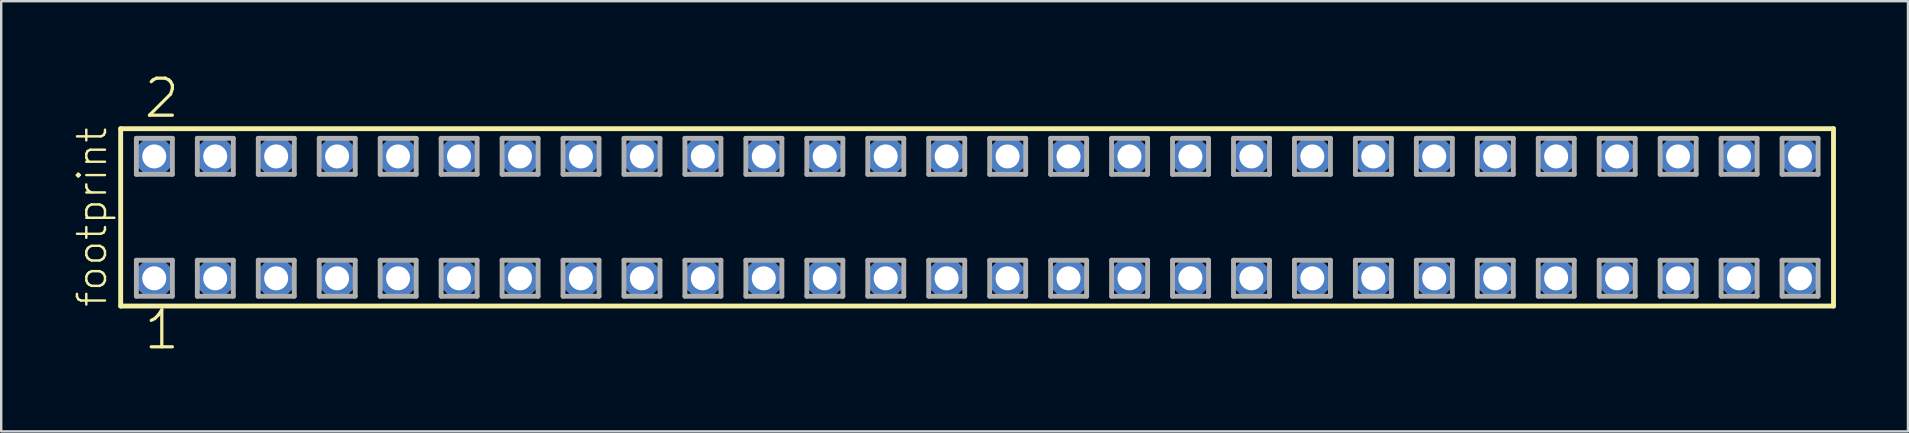
<source format=kicad_pcb>
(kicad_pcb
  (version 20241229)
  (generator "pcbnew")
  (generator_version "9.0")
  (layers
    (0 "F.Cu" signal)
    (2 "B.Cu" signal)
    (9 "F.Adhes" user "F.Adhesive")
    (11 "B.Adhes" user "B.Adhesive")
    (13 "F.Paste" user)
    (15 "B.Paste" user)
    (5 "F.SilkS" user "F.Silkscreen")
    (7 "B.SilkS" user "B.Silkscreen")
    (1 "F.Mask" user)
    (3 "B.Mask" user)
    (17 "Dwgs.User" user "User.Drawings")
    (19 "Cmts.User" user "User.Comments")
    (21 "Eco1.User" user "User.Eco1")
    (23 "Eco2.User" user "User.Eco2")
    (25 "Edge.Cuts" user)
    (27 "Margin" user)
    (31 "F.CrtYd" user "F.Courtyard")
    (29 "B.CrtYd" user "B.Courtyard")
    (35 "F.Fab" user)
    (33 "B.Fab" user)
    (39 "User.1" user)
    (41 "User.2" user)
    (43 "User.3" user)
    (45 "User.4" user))
  (footprint "footprint"
    (layer "F.Cu")
    (at 37.668 6.009)
    (property "Reference" "footprint" (at -36.195 3.81 90) (layer "F.SilkS") (effects (font (size 1.168 1.168) (thickness 0.102)) (justify left bottom)))
    (fp_line (start -35.689 -3.695) (end 35.689 -3.695) (stroke (width 0.203) (type solid)) (layer "F.SilkS"))
    (fp_line (start -35.689 3.695) (end -35.689 -3.695) (stroke (width 0.203) (type solid)) (layer "F.SilkS"))
    (fp_line (start 35.689 -3.695) (end 35.689 3.695) (stroke (width 0.203) (type solid)) (layer "F.SilkS"))
    (fp_line (start 35.689 3.695) (end -35.689 3.695) (stroke (width 0.203) (type solid)) (layer "F.SilkS"))
    (fp_line (start -35.035 -3.295) (end -33.535 -3.295) (stroke (width 0.203) (type solid)) (layer "F.Fab"))
    (fp_line (start -35.035 -1.795) (end -35.035 -3.295) (stroke (width 0.203) (type solid)) (layer "F.Fab"))
    (fp_line (start -35.035 1.785) (end -33.535 1.785) (stroke (width 0.203) (type solid)) (layer "F.Fab"))
    (fp_line (start -35.035 3.285) (end -35.035 1.785) (stroke (width 0.203) (type solid)) (layer "F.Fab"))
    (fp_line (start -33.535 -3.295) (end -33.535 -1.795) (stroke (width 0.203) (type solid)) (layer "F.Fab"))
    (fp_line (start -33.535 -1.795) (end -35.035 -1.795) (stroke (width 0.203) (type solid)) (layer "F.Fab"))
    (fp_line (start -33.535 1.785) (end -33.535 3.285) (stroke (width 0.203) (type solid)) (layer "F.Fab"))
    (fp_line (start -33.535 3.285) (end -35.035 3.285) (stroke (width 0.203) (type solid)) (layer "F.Fab"))
    (fp_line (start -32.495 -3.295) (end -30.995 -3.295) (stroke (width 0.203) (type solid)) (layer "F.Fab"))
    (fp_line (start -32.495 -1.795) (end -32.495 -3.295) (stroke (width 0.203) (type solid)) (layer "F.Fab"))
    (fp_line (start -32.495 1.785) (end -30.995 1.785) (stroke (width 0.203) (type solid)) (layer "F.Fab"))
    (fp_line (start -32.495 3.285) (end -32.495 1.785) (stroke (width 0.203) (type solid)) (layer "F.Fab"))
    (fp_line (start -30.995 -3.295) (end -30.995 -1.795) (stroke (width 0.203) (type solid)) (layer "F.Fab"))
    (fp_line (start -30.995 -1.795) (end -32.495 -1.795) (stroke (width 0.203) (type solid)) (layer "F.Fab"))
    (fp_line (start -30.995 1.785) (end -30.995 3.285) (stroke (width 0.203) (type solid)) (layer "F.Fab"))
    (fp_line (start -30.995 3.285) (end -32.495 3.285) (stroke (width 0.203) (type solid)) (layer "F.Fab"))
    (fp_line (start -29.955 -3.295) (end -28.455 -3.295) (stroke (width 0.203) (type solid)) (layer "F.Fab"))
    (fp_line (start -29.955 -1.795) (end -29.955 -3.295) (stroke (width 0.203) (type solid)) (layer "F.Fab"))
    (fp_line (start -29.955 1.785) (end -28.455 1.785) (stroke (width 0.203) (type solid)) (layer "F.Fab"))
    (fp_line (start -29.955 3.285) (end -29.955 1.785) (stroke (width 0.203) (type solid)) (layer "F.Fab"))
    (fp_line (start -28.455 -3.295) (end -28.455 -1.795) (stroke (width 0.203) (type solid)) (layer "F.Fab"))
    (fp_line (start -28.455 -1.795) (end -29.955 -1.795) (stroke (width 0.203) (type solid)) (layer "F.Fab"))
    (fp_line (start -28.455 1.785) (end -28.455 3.285) (stroke (width 0.203) (type solid)) (layer "F.Fab"))
    (fp_line (start -28.455 3.285) (end -29.955 3.285) (stroke (width 0.203) (type solid)) (layer "F.Fab"))
    (fp_line (start -27.415 -3.295) (end -25.915 -3.295) (stroke (width 0.203) (type solid)) (layer "F.Fab"))
    (fp_line (start -27.415 -1.795) (end -27.415 -3.295) (stroke (width 0.203) (type solid)) (layer "F.Fab"))
    (fp_line (start -27.415 1.785) (end -25.915 1.785) (stroke (width 0.203) (type solid)) (layer "F.Fab"))
    (fp_line (start -27.415 3.285) (end -27.415 1.785) (stroke (width 0.203) (type solid)) (layer "F.Fab"))
    (fp_line (start -25.915 -3.295) (end -25.915 -1.795) (stroke (width 0.203) (type solid)) (layer "F.Fab"))
    (fp_line (start -25.915 -1.795) (end -27.415 -1.795) (stroke (width 0.203) (type solid)) (layer "F.Fab"))
    (fp_line (start -25.915 1.785) (end -25.915 3.285) (stroke (width 0.203) (type solid)) (layer "F.Fab"))
    (fp_line (start -25.915 3.285) (end -27.415 3.285) (stroke (width 0.203) (type solid)) (layer "F.Fab"))
    (fp_line (start -24.875 -3.295) (end -23.375 -3.295) (stroke (width 0.203) (type solid)) (layer "F.Fab"))
    (fp_line (start -24.875 -1.795) (end -24.875 -3.295) (stroke (width 0.203) (type solid)) (layer "F.Fab"))
    (fp_line (start -24.875 1.785) (end -23.375 1.785) (stroke (width 0.203) (type solid)) (layer "F.Fab"))
    (fp_line (start -24.875 3.285) (end -24.875 1.785) (stroke (width 0.203) (type solid)) (layer "F.Fab"))
    (fp_line (start -23.375 -3.295) (end -23.375 -1.795) (stroke (width 0.203) (type solid)) (layer "F.Fab"))
    (fp_line (start -23.375 -1.795) (end -24.875 -1.795) (stroke (width 0.203) (type solid)) (layer "F.Fab"))
    (fp_line (start -23.375 1.785) (end -23.375 3.285) (stroke (width 0.203) (type solid)) (layer "F.Fab"))
    (fp_line (start -23.375 3.285) (end -24.875 3.285) (stroke (width 0.203) (type solid)) (layer "F.Fab"))
    (fp_line (start -22.335 -3.295) (end -20.835 -3.295) (stroke (width 0.203) (type solid)) (layer "F.Fab"))
    (fp_line (start -22.335 -1.795) (end -22.335 -3.295) (stroke (width 0.203) (type solid)) (layer "F.Fab"))
    (fp_line (start -22.335 1.785) (end -20.835 1.785) (stroke (width 0.203) (type solid)) (layer "F.Fab"))
    (fp_line (start -22.335 3.285) (end -22.335 1.785) (stroke (width 0.203) (type solid)) (layer "F.Fab"))
    (fp_line (start -20.835 -3.295) (end -20.835 -1.795) (stroke (width 0.203) (type solid)) (layer "F.Fab"))
    (fp_line (start -20.835 -1.795) (end -22.335 -1.795) (stroke (width 0.203) (type solid)) (layer "F.Fab"))
    (fp_line (start -20.835 1.785) (end -20.835 3.285) (stroke (width 0.203) (type solid)) (layer "F.Fab"))
    (fp_line (start -20.835 3.285) (end -22.335 3.285) (stroke (width 0.203) (type solid)) (layer "F.Fab"))
    (fp_line (start -19.795 -3.295) (end -18.295 -3.295) (stroke (width 0.203) (type solid)) (layer "F.Fab"))
    (fp_line (start -19.795 -1.795) (end -19.795 -3.295) (stroke (width 0.203) (type solid)) (layer "F.Fab"))
    (fp_line (start -19.795 1.785) (end -18.295 1.785) (stroke (width 0.203) (type solid)) (layer "F.Fab"))
    (fp_line (start -19.795 3.285) (end -19.795 1.785) (stroke (width 0.203) (type solid)) (layer "F.Fab"))
    (fp_line (start -18.295 -3.295) (end -18.295 -1.795) (stroke (width 0.203) (type solid)) (layer "F.Fab"))
    (fp_line (start -18.295 -1.795) (end -19.795 -1.795) (stroke (width 0.203) (type solid)) (layer "F.Fab"))
    (fp_line (start -18.295 1.785) (end -18.295 3.285) (stroke (width 0.203) (type solid)) (layer "F.Fab"))
    (fp_line (start -18.295 3.285) (end -19.795 3.285) (stroke (width 0.203) (type solid)) (layer "F.Fab"))
    (fp_line (start -17.255 -3.295) (end -15.755 -3.295) (stroke (width 0.203) (type solid)) (layer "F.Fab"))
    (fp_line (start -17.255 -1.795) (end -17.255 -3.295) (stroke (width 0.203) (type solid)) (layer "F.Fab"))
    (fp_line (start -17.255 1.785) (end -15.755 1.785) (stroke (width 0.203) (type solid)) (layer "F.Fab"))
    (fp_line (start -17.255 3.285) (end -17.255 1.785) (stroke (width 0.203) (type solid)) (layer "F.Fab"))
    (fp_line (start -15.755 -3.295) (end -15.755 -1.795) (stroke (width 0.203) (type solid)) (layer "F.Fab"))
    (fp_line (start -15.755 -1.795) (end -17.255 -1.795) (stroke (width 0.203) (type solid)) (layer "F.Fab"))
    (fp_line (start -15.755 1.785) (end -15.755 3.285) (stroke (width 0.203) (type solid)) (layer "F.Fab"))
    (fp_line (start -15.755 3.285) (end -17.255 3.285) (stroke (width 0.203) (type solid)) (layer "F.Fab"))
    (fp_line (start -14.715 -3.295) (end -13.215 -3.295) (stroke (width 0.203) (type solid)) (layer "F.Fab"))
    (fp_line (start -14.715 -1.795) (end -14.715 -3.295) (stroke (width 0.203) (type solid)) (layer "F.Fab"))
    (fp_line (start -14.715 1.785) (end -13.215 1.785) (stroke (width 0.203) (type solid)) (layer "F.Fab"))
    (fp_line (start -14.715 3.285) (end -14.715 1.785) (stroke (width 0.203) (type solid)) (layer "F.Fab"))
    (fp_line (start -13.215 -3.295) (end -13.215 -1.795) (stroke (width 0.203) (type solid)) (layer "F.Fab"))
    (fp_line (start -13.215 -1.795) (end -14.715 -1.795) (stroke (width 0.203) (type solid)) (layer "F.Fab"))
    (fp_line (start -13.215 1.785) (end -13.215 3.285) (stroke (width 0.203) (type solid)) (layer "F.Fab"))
    (fp_line (start -13.215 3.285) (end -14.715 3.285) (stroke (width 0.203) (type solid)) (layer "F.Fab"))
    (fp_line (start -12.175 -3.295) (end -10.675 -3.295) (stroke (width 0.203) (type solid)) (layer "F.Fab"))
    (fp_line (start -12.175 -1.795) (end -12.175 -3.295) (stroke (width 0.203) (type solid)) (layer "F.Fab"))
    (fp_line (start -12.175 1.785) (end -10.675 1.785) (stroke (width 0.203) (type solid)) (layer "F.Fab"))
    (fp_line (start -12.175 3.285) (end -12.175 1.785) (stroke (width 0.203) (type solid)) (layer "F.Fab"))
    (fp_line (start -10.675 -3.295) (end -10.675 -1.795) (stroke (width 0.203) (type solid)) (layer "F.Fab"))
    (fp_line (start -10.675 -1.795) (end -12.175 -1.795) (stroke (width 0.203) (type solid)) (layer "F.Fab"))
    (fp_line (start -10.675 1.785) (end -10.675 3.285) (stroke (width 0.203) (type solid)) (layer "F.Fab"))
    (fp_line (start -10.675 3.285) (end -12.175 3.285) (stroke (width 0.203) (type solid)) (layer "F.Fab"))
    (fp_line (start -9.635 -3.295) (end -8.135 -3.295) (stroke (width 0.203) (type solid)) (layer "F.Fab"))
    (fp_line (start -9.635 -1.795) (end -9.635 -3.295) (stroke (width 0.203) (type solid)) (layer "F.Fab"))
    (fp_line (start -9.635 1.785) (end -8.135 1.785) (stroke (width 0.203) (type solid)) (layer "F.Fab"))
    (fp_line (start -9.635 3.285) (end -9.635 1.785) (stroke (width 0.203) (type solid)) (layer "F.Fab"))
    (fp_line (start -8.135 -3.295) (end -8.135 -1.795) (stroke (width 0.203) (type solid)) (layer "F.Fab"))
    (fp_line (start -8.135 -1.795) (end -9.635 -1.795) (stroke (width 0.203) (type solid)) (layer "F.Fab"))
    (fp_line (start -8.135 1.785) (end -8.135 3.285) (stroke (width 0.203) (type solid)) (layer "F.Fab"))
    (fp_line (start -8.135 3.285) (end -9.635 3.285) (stroke (width 0.203) (type solid)) (layer "F.Fab"))
    (fp_line (start -7.095 -3.295) (end -5.595 -3.295) (stroke (width 0.203) (type solid)) (layer "F.Fab"))
    (fp_line (start -7.095 -1.795) (end -7.095 -3.295) (stroke (width 0.203) (type solid)) (layer "F.Fab"))
    (fp_line (start -7.095 1.785) (end -5.595 1.785) (stroke (width 0.203) (type solid)) (layer "F.Fab"))
    (fp_line (start -7.095 3.285) (end -7.095 1.785) (stroke (width 0.203) (type solid)) (layer "F.Fab"))
    (fp_line (start -5.595 -3.295) (end -5.595 -1.795) (stroke (width 0.203) (type solid)) (layer "F.Fab"))
    (fp_line (start -5.595 -1.795) (end -7.095 -1.795) (stroke (width 0.203) (type solid)) (layer "F.Fab"))
    (fp_line (start -5.595 1.785) (end -5.595 3.285) (stroke (width 0.203) (type solid)) (layer "F.Fab"))
    (fp_line (start -5.595 3.285) (end -7.095 3.285) (stroke (width 0.203) (type solid)) (layer "F.Fab"))
    (fp_line (start -4.555 -3.295) (end -3.055 -3.295) (stroke (width 0.203) (type solid)) (layer "F.Fab"))
    (fp_line (start -4.555 -1.795) (end -4.555 -3.295) (stroke (width 0.203) (type solid)) (layer "F.Fab"))
    (fp_line (start -4.555 1.785) (end -3.055 1.785) (stroke (width 0.203) (type solid)) (layer "F.Fab"))
    (fp_line (start -4.555 3.285) (end -4.555 1.785) (stroke (width 0.203) (type solid)) (layer "F.Fab"))
    (fp_line (start -3.055 -3.295) (end -3.055 -1.795) (stroke (width 0.203) (type solid)) (layer "F.Fab"))
    (fp_line (start -3.055 -1.795) (end -4.555 -1.795) (stroke (width 0.203) (type solid)) (layer "F.Fab"))
    (fp_line (start -3.055 1.785) (end -3.055 3.285) (stroke (width 0.203) (type solid)) (layer "F.Fab"))
    (fp_line (start -3.055 3.285) (end -4.555 3.285) (stroke (width 0.203) (type solid)) (layer "F.Fab"))
    (fp_line (start -2.015 -3.295) (end -0.515 -3.295) (stroke (width 0.203) (type solid)) (layer "F.Fab"))
    (fp_line (start -2.015 -1.795) (end -2.015 -3.295) (stroke (width 0.203) (type solid)) (layer "F.Fab"))
    (fp_line (start -2.015 1.785) (end -0.515 1.785) (stroke (width 0.203) (type solid)) (layer "F.Fab"))
    (fp_line (start -2.015 3.285) (end -2.015 1.785) (stroke (width 0.203) (type solid)) (layer "F.Fab"))
    (fp_line (start -0.515 -3.295) (end -0.515 -1.795) (stroke (width 0.203) (type solid)) (layer "F.Fab"))
    (fp_line (start -0.515 -1.795) (end -2.015 -1.795) (stroke (width 0.203) (type solid)) (layer "F.Fab"))
    (fp_line (start -0.515 1.785) (end -0.515 3.285) (stroke (width 0.203) (type solid)) (layer "F.Fab"))
    (fp_line (start -0.515 3.285) (end -2.015 3.285) (stroke (width 0.203) (type solid)) (layer "F.Fab"))
    (fp_line (start 0.525 -3.295) (end 2.025 -3.295) (stroke (width 0.203) (type solid)) (layer "F.Fab"))
    (fp_line (start 0.525 -1.795) (end 0.525 -3.295) (stroke (width 0.203) (type solid)) (layer "F.Fab"))
    (fp_line (start 0.525 1.785) (end 2.025 1.785) (stroke (width 0.203) (type solid)) (layer "F.Fab"))
    (fp_line (start 0.525 3.285) (end 0.525 1.785) (stroke (width 0.203) (type solid)) (layer "F.Fab"))
    (fp_line (start 2.025 -3.295) (end 2.025 -1.795) (stroke (width 0.203) (type solid)) (layer "F.Fab"))
    (fp_line (start 2.025 -1.795) (end 0.525 -1.795) (stroke (width 0.203) (type solid)) (layer "F.Fab"))
    (fp_line (start 2.025 1.785) (end 2.025 3.285) (stroke (width 0.203) (type solid)) (layer "F.Fab"))
    (fp_line (start 2.025 3.285) (end 0.525 3.285) (stroke (width 0.203) (type solid)) (layer "F.Fab"))
    (fp_line (start 3.065 -3.295) (end 4.565 -3.295) (stroke (width 0.203) (type solid)) (layer "F.Fab"))
    (fp_line (start 3.065 -1.795) (end 3.065 -3.295) (stroke (width 0.203) (type solid)) (layer "F.Fab"))
    (fp_line (start 3.065 1.785) (end 4.565 1.785) (stroke (width 0.203) (type solid)) (layer "F.Fab"))
    (fp_line (start 3.065 3.285) (end 3.065 1.785) (stroke (width 0.203) (type solid)) (layer "F.Fab"))
    (fp_line (start 4.565 -3.295) (end 4.565 -1.795) (stroke (width 0.203) (type solid)) (layer "F.Fab"))
    (fp_line (start 4.565 -1.795) (end 3.065 -1.795) (stroke (width 0.203) (type solid)) (layer "F.Fab"))
    (fp_line (start 4.565 1.785) (end 4.565 3.285) (stroke (width 0.203) (type solid)) (layer "F.Fab"))
    (fp_line (start 4.565 3.285) (end 3.065 3.285) (stroke (width 0.203) (type solid)) (layer "F.Fab"))
    (fp_line (start 5.605 -3.295) (end 7.105 -3.295) (stroke (width 0.203) (type solid)) (layer "F.Fab"))
    (fp_line (start 5.605 -1.795) (end 5.605 -3.295) (stroke (width 0.203) (type solid)) (layer "F.Fab"))
    (fp_line (start 5.605 1.785) (end 7.105 1.785) (stroke (width 0.203) (type solid)) (layer "F.Fab"))
    (fp_line (start 5.605 3.285) (end 5.605 1.785) (stroke (width 0.203) (type solid)) (layer "F.Fab"))
    (fp_line (start 7.105 -3.295) (end 7.105 -1.795) (stroke (width 0.203) (type solid)) (layer "F.Fab"))
    (fp_line (start 7.105 -1.795) (end 5.605 -1.795) (stroke (width 0.203) (type solid)) (layer "F.Fab"))
    (fp_line (start 7.105 1.785) (end 7.105 3.285) (stroke (width 0.203) (type solid)) (layer "F.Fab"))
    (fp_line (start 7.105 3.285) (end 5.605 3.285) (stroke (width 0.203) (type solid)) (layer "F.Fab"))
    (fp_line (start 8.145 -3.295) (end 9.645 -3.295) (stroke (width 0.203) (type solid)) (layer "F.Fab"))
    (fp_line (start 8.145 -1.795) (end 8.145 -3.295) (stroke (width 0.203) (type solid)) (layer "F.Fab"))
    (fp_line (start 8.145 1.785) (end 9.645 1.785) (stroke (width 0.203) (type solid)) (layer "F.Fab"))
    (fp_line (start 8.145 3.285) (end 8.145 1.785) (stroke (width 0.203) (type solid)) (layer "F.Fab"))
    (fp_line (start 9.645 -3.295) (end 9.645 -1.795) (stroke (width 0.203) (type solid)) (layer "F.Fab"))
    (fp_line (start 9.645 -1.795) (end 8.145 -1.795) (stroke (width 0.203) (type solid)) (layer "F.Fab"))
    (fp_line (start 9.645 1.785) (end 9.645 3.285) (stroke (width 0.203) (type solid)) (layer "F.Fab"))
    (fp_line (start 9.645 3.285) (end 8.145 3.285) (stroke (width 0.203) (type solid)) (layer "F.Fab"))
    (fp_line (start 10.685 -3.295) (end 12.185 -3.295) (stroke (width 0.203) (type solid)) (layer "F.Fab"))
    (fp_line (start 10.685 -1.795) (end 10.685 -3.295) (stroke (width 0.203) (type solid)) (layer "F.Fab"))
    (fp_line (start 10.685 1.785) (end 12.185 1.785) (stroke (width 0.203) (type solid)) (layer "F.Fab"))
    (fp_line (start 10.685 3.285) (end 10.685 1.785) (stroke (width 0.203) (type solid)) (layer "F.Fab"))
    (fp_line (start 12.185 -3.295) (end 12.185 -1.795) (stroke (width 0.203) (type solid)) (layer "F.Fab"))
    (fp_line (start 12.185 -1.795) (end 10.685 -1.795) (stroke (width 0.203) (type solid)) (layer "F.Fab"))
    (fp_line (start 12.185 1.785) (end 12.185 3.285) (stroke (width 0.203) (type solid)) (layer "F.Fab"))
    (fp_line (start 12.185 3.285) (end 10.685 3.285) (stroke (width 0.203) (type solid)) (layer "F.Fab"))
    (fp_line (start 13.225 -3.295) (end 14.725 -3.295) (stroke (width 0.203) (type solid)) (layer "F.Fab"))
    (fp_line (start 13.225 -1.795) (end 13.225 -3.295) (stroke (width 0.203) (type solid)) (layer "F.Fab"))
    (fp_line (start 13.225 1.785) (end 14.725 1.785) (stroke (width 0.203) (type solid)) (layer "F.Fab"))
    (fp_line (start 13.225 3.285) (end 13.225 1.785) (stroke (width 0.203) (type solid)) (layer "F.Fab"))
    (fp_line (start 14.725 -3.295) (end 14.725 -1.795) (stroke (width 0.203) (type solid)) (layer "F.Fab"))
    (fp_line (start 14.725 -1.795) (end 13.225 -1.795) (stroke (width 0.203) (type solid)) (layer "F.Fab"))
    (fp_line (start 14.725 1.785) (end 14.725 3.285) (stroke (width 0.203) (type solid)) (layer "F.Fab"))
    (fp_line (start 14.725 3.285) (end 13.225 3.285) (stroke (width 0.203) (type solid)) (layer "F.Fab"))
    (fp_line (start 15.765 -3.295) (end 17.265 -3.295) (stroke (width 0.203) (type solid)) (layer "F.Fab"))
    (fp_line (start 15.765 -1.795) (end 15.765 -3.295) (stroke (width 0.203) (type solid)) (layer "F.Fab"))
    (fp_line (start 15.765 1.785) (end 17.265 1.785) (stroke (width 0.203) (type solid)) (layer "F.Fab"))
    (fp_line (start 15.765 3.285) (end 15.765 1.785) (stroke (width 0.203) (type solid)) (layer "F.Fab"))
    (fp_line (start 17.265 -3.295) (end 17.265 -1.795) (stroke (width 0.203) (type solid)) (layer "F.Fab"))
    (fp_line (start 17.265 -1.795) (end 15.765 -1.795) (stroke (width 0.203) (type solid)) (layer "F.Fab"))
    (fp_line (start 17.265 1.785) (end 17.265 3.285) (stroke (width 0.203) (type solid)) (layer "F.Fab"))
    (fp_line (start 17.265 3.285) (end 15.765 3.285) (stroke (width 0.203) (type solid)) (layer "F.Fab"))
    (fp_line (start 18.305 -3.295) (end 19.805 -3.295) (stroke (width 0.203) (type solid)) (layer "F.Fab"))
    (fp_line (start 18.305 -1.795) (end 18.305 -3.295) (stroke (width 0.203) (type solid)) (layer "F.Fab"))
    (fp_line (start 18.305 1.785) (end 19.805 1.785) (stroke (width 0.203) (type solid)) (layer "F.Fab"))
    (fp_line (start 18.305 3.285) (end 18.305 1.785) (stroke (width 0.203) (type solid)) (layer "F.Fab"))
    (fp_line (start 19.805 -3.295) (end 19.805 -1.795) (stroke (width 0.203) (type solid)) (layer "F.Fab"))
    (fp_line (start 19.805 -1.795) (end 18.305 -1.795) (stroke (width 0.203) (type solid)) (layer "F.Fab"))
    (fp_line (start 19.805 1.785) (end 19.805 3.285) (stroke (width 0.203) (type solid)) (layer "F.Fab"))
    (fp_line (start 19.805 3.285) (end 18.305 3.285) (stroke (width 0.203) (type solid)) (layer "F.Fab"))
    (fp_line (start 20.845 -3.295) (end 22.345 -3.295) (stroke (width 0.203) (type solid)) (layer "F.Fab"))
    (fp_line (start 20.845 -1.795) (end 20.845 -3.295) (stroke (width 0.203) (type solid)) (layer "F.Fab"))
    (fp_line (start 20.845 1.785) (end 22.345 1.785) (stroke (width 0.203) (type solid)) (layer "F.Fab"))
    (fp_line (start 20.845 3.285) (end 20.845 1.785) (stroke (width 0.203) (type solid)) (layer "F.Fab"))
    (fp_line (start 22.345 -3.295) (end 22.345 -1.795) (stroke (width 0.203) (type solid)) (layer "F.Fab"))
    (fp_line (start 22.345 -1.795) (end 20.845 -1.795) (stroke (width 0.203) (type solid)) (layer "F.Fab"))
    (fp_line (start 22.345 1.785) (end 22.345 3.285) (stroke (width 0.203) (type solid)) (layer "F.Fab"))
    (fp_line (start 22.345 3.285) (end 20.845 3.285) (stroke (width 0.203) (type solid)) (layer "F.Fab"))
    (fp_line (start 23.385 -3.295) (end 24.885 -3.295) (stroke (width 0.203) (type solid)) (layer "F.Fab"))
    (fp_line (start 23.385 -1.795) (end 23.385 -3.295) (stroke (width 0.203) (type solid)) (layer "F.Fab"))
    (fp_line (start 23.385 1.785) (end 24.885 1.785) (stroke (width 0.203) (type solid)) (layer "F.Fab"))
    (fp_line (start 23.385 3.285) (end 23.385 1.785) (stroke (width 0.203) (type solid)) (layer "F.Fab"))
    (fp_line (start 24.885 -3.295) (end 24.885 -1.795) (stroke (width 0.203) (type solid)) (layer "F.Fab"))
    (fp_line (start 24.885 -1.795) (end 23.385 -1.795) (stroke (width 0.203) (type solid)) (layer "F.Fab"))
    (fp_line (start 24.885 1.785) (end 24.885 3.285) (stroke (width 0.203) (type solid)) (layer "F.Fab"))
    (fp_line (start 24.885 3.285) (end 23.385 3.285) (stroke (width 0.203) (type solid)) (layer "F.Fab"))
    (fp_line (start 25.925 -3.295) (end 27.425 -3.295) (stroke (width 0.203) (type solid)) (layer "F.Fab"))
    (fp_line (start 25.925 -1.795) (end 25.925 -3.295) (stroke (width 0.203) (type solid)) (layer "F.Fab"))
    (fp_line (start 25.925 1.785) (end 27.425 1.785) (stroke (width 0.203) (type solid)) (layer "F.Fab"))
    (fp_line (start 25.925 3.285) (end 25.925 1.785) (stroke (width 0.203) (type solid)) (layer "F.Fab"))
    (fp_line (start 27.425 -3.295) (end 27.425 -1.795) (stroke (width 0.203) (type solid)) (layer "F.Fab"))
    (fp_line (start 27.425 -1.795) (end 25.925 -1.795) (stroke (width 0.203) (type solid)) (layer "F.Fab"))
    (fp_line (start 27.425 1.785) (end 27.425 3.285) (stroke (width 0.203) (type solid)) (layer "F.Fab"))
    (fp_line (start 27.425 3.285) (end 25.925 3.285) (stroke (width 0.203) (type solid)) (layer "F.Fab"))
    (fp_line (start 28.465 -3.295) (end 29.965 -3.295) (stroke (width 0.203) (type solid)) (layer "F.Fab"))
    (fp_line (start 28.465 -1.795) (end 28.465 -3.295) (stroke (width 0.203) (type solid)) (layer "F.Fab"))
    (fp_line (start 28.465 1.785) (end 29.965 1.785) (stroke (width 0.203) (type solid)) (layer "F.Fab"))
    (fp_line (start 28.465 3.285) (end 28.465 1.785) (stroke (width 0.203) (type solid)) (layer "F.Fab"))
    (fp_line (start 29.965 -3.295) (end 29.965 -1.795) (stroke (width 0.203) (type solid)) (layer "F.Fab"))
    (fp_line (start 29.965 -1.795) (end 28.465 -1.795) (stroke (width 0.203) (type solid)) (layer "F.Fab"))
    (fp_line (start 29.965 1.785) (end 29.965 3.285) (stroke (width 0.203) (type solid)) (layer "F.Fab"))
    (fp_line (start 29.965 3.285) (end 28.465 3.285) (stroke (width 0.203) (type solid)) (layer "F.Fab"))
    (fp_line (start 31.005 -3.295) (end 32.505 -3.295) (stroke (width 0.203) (type solid)) (layer "F.Fab"))
    (fp_line (start 31.005 -1.795) (end 31.005 -3.295) (stroke (width 0.203) (type solid)) (layer "F.Fab"))
    (fp_line (start 31.005 1.785) (end 32.505 1.785) (stroke (width 0.203) (type solid)) (layer "F.Fab"))
    (fp_line (start 31.005 3.285) (end 31.005 1.785) (stroke (width 0.203) (type solid)) (layer "F.Fab"))
    (fp_line (start 32.505 -3.295) (end 32.505 -1.795) (stroke (width 0.203) (type solid)) (layer "F.Fab"))
    (fp_line (start 32.505 -1.795) (end 31.005 -1.795) (stroke (width 0.203) (type solid)) (layer "F.Fab"))
    (fp_line (start 32.505 1.785) (end 32.505 3.285) (stroke (width 0.203) (type solid)) (layer "F.Fab"))
    (fp_line (start 32.505 3.285) (end 31.005 3.285) (stroke (width 0.203) (type solid)) (layer "F.Fab"))
    (fp_line (start 33.545 -3.295) (end 35.045 -3.295) (stroke (width 0.203) (type solid)) (layer "F.Fab"))
    (fp_line (start 33.545 -1.795) (end 33.545 -3.295) (stroke (width 0.203) (type solid)) (layer "F.Fab"))
    (fp_line (start 33.545 1.785) (end 35.045 1.785) (stroke (width 0.203) (type solid)) (layer "F.Fab"))
    (fp_line (start 33.545 3.285) (end 33.545 1.785) (stroke (width 0.203) (type solid)) (layer "F.Fab"))
    (fp_line (start 35.045 -3.295) (end 35.045 -1.795) (stroke (width 0.203) (type solid)) (layer "F.Fab"))
    (fp_line (start 35.045 -1.795) (end 33.545 -1.795) (stroke (width 0.203) (type solid)) (layer "F.Fab"))
    (fp_line (start 35.045 1.785) (end 35.045 3.285) (stroke (width 0.203) (type solid)) (layer "F.Fab"))
    (fp_line (start 35.045 3.285) (end 33.545 3.285) (stroke (width 0.203) (type solid)) (layer "F.Fab"))
    (fp_text user "1" (at -34.798 5.588 0) (layer "F.SilkS") (effects (font (size 1.542 1.542) (thickness 0.134)) (justify left bottom)))
    (fp_text user "2" (at -34.798 -4.064 0) (layer "F.SilkS") (effects (font (size 1.542 1.542) (thickness 0.134)) (justify left bottom)))
    (pad "1" thru_hole roundrect (at -34.29 2.54) (size 1.5 1.5) (drill 1) (layers "*.Cu" "*.Mask") (roundrect_rratio 0.25) (chamfer_ratio 0.25) (chamfer top_left top_right bottom_left bottom_right))
    (pad "2" thru_hole roundrect (at -34.29 -2.54) (size 1.5 1.5) (drill 1) (layers "*.Cu" "*.Mask") (roundrect_rratio 0.25) (chamfer_ratio 0.25) (chamfer top_left top_right bottom_left bottom_right))
    (pad "3" thru_hole roundrect (at -31.75 2.54) (size 1.5 1.5) (drill 1) (layers "*.Cu" "*.Mask") (roundrect_rratio 0.25) (chamfer_ratio 0.25) (chamfer top_left top_right bottom_left bottom_right))
    (pad "4" thru_hole roundrect (at -31.75 -2.54) (size 1.5 1.5) (drill 1) (layers "*.Cu" "*.Mask") (roundrect_rratio 0.25) (chamfer_ratio 0.25) (chamfer top_left top_right bottom_left bottom_right))
    (pad "5" thru_hole roundrect (at -29.21 2.54) (size 1.5 1.5) (drill 1) (layers "*.Cu" "*.Mask") (roundrect_rratio 0.25) (chamfer_ratio 0.25) (chamfer top_left top_right bottom_left bottom_right))
    (pad "6" thru_hole roundrect (at -29.21 -2.54) (size 1.5 1.5) (drill 1) (layers "*.Cu" "*.Mask") (roundrect_rratio 0.25) (chamfer_ratio 0.25) (chamfer top_left top_right bottom_left bottom_right))
    (pad "7" thru_hole roundrect (at -26.67 2.54) (size 1.5 1.5) (drill 1) (layers "*.Cu" "*.Mask") (roundrect_rratio 0.25) (chamfer_ratio 0.25) (chamfer top_left top_right bottom_left bottom_right))
    (pad "8" thru_hole roundrect (at -26.67 -2.54) (size 1.5 1.5) (drill 1) (layers "*.Cu" "*.Mask") (roundrect_rratio 0.25) (chamfer_ratio 0.25) (chamfer top_left top_right bottom_left bottom_right))
    (pad "9" thru_hole roundrect (at -24.13 2.54) (size 1.5 1.5) (drill 1) (layers "*.Cu" "*.Mask") (roundrect_rratio 0.25) (chamfer_ratio 0.25) (chamfer top_left top_right bottom_left bottom_right))
    (pad "10" thru_hole roundrect (at -24.13 -2.54) (size 1.5 1.5) (drill 1) (layers "*.Cu" "*.Mask") (roundrect_rratio 0.25) (chamfer_ratio 0.25) (chamfer top_left top_right bottom_left bottom_right))
    (pad "11" thru_hole roundrect (at -21.59 2.54) (size 1.5 1.5) (drill 1) (layers "*.Cu" "*.Mask") (roundrect_rratio 0.25) (chamfer_ratio 0.25) (chamfer top_left top_right bottom_left bottom_right))
    (pad "12" thru_hole roundrect (at -21.59 -2.54) (size 1.5 1.5) (drill 1) (layers "*.Cu" "*.Mask") (roundrect_rratio 0.25) (chamfer_ratio 0.25) (chamfer top_left top_right bottom_left bottom_right))
    (pad "13" thru_hole roundrect (at -19.05 2.54) (size 1.5 1.5) (drill 1) (layers "*.Cu" "*.Mask") (roundrect_rratio 0.25) (chamfer_ratio 0.25) (chamfer top_left top_right bottom_left bottom_right))
    (pad "14" thru_hole roundrect (at -19.05 -2.54) (size 1.5 1.5) (drill 1) (layers "*.Cu" "*.Mask") (roundrect_rratio 0.25) (chamfer_ratio 0.25) (chamfer top_left top_right bottom_left bottom_right))
    (pad "15" thru_hole roundrect (at -16.51 2.54) (size 1.5 1.5) (drill 1) (layers "*.Cu" "*.Mask") (roundrect_rratio 0.25) (chamfer_ratio 0.25) (chamfer top_left top_right bottom_left bottom_right))
    (pad "16" thru_hole roundrect (at -16.51 -2.54) (size 1.5 1.5) (drill 1) (layers "*.Cu" "*.Mask") (roundrect_rratio 0.25) (chamfer_ratio 0.25) (chamfer top_left top_right bottom_left bottom_right))
    (pad "17" thru_hole roundrect (at -13.97 2.54) (size 1.5 1.5) (drill 1) (layers "*.Cu" "*.Mask") (roundrect_rratio 0.25) (chamfer_ratio 0.25) (chamfer top_left top_right bottom_left bottom_right))
    (pad "18" thru_hole roundrect (at -13.97 -2.54) (size 1.5 1.5) (drill 1) (layers "*.Cu" "*.Mask") (roundrect_rratio 0.25) (chamfer_ratio 0.25) (chamfer top_left top_right bottom_left bottom_right))
    (pad "19" thru_hole roundrect (at -11.43 2.54) (size 1.5 1.5) (drill 1) (layers "*.Cu" "*.Mask") (roundrect_rratio 0.25) (chamfer_ratio 0.25) (chamfer top_left top_right bottom_left bottom_right))
    (pad "20" thru_hole roundrect (at -11.43 -2.54) (size 1.5 1.5) (drill 1) (layers "*.Cu" "*.Mask") (roundrect_rratio 0.25) (chamfer_ratio 0.25) (chamfer top_left top_right bottom_left bottom_right))
    (pad "21" thru_hole roundrect (at -8.89 2.54) (size 1.5 1.5) (drill 1) (layers "*.Cu" "*.Mask") (roundrect_rratio 0.25) (chamfer_ratio 0.25) (chamfer top_left top_right bottom_left bottom_right))
    (pad "22" thru_hole roundrect (at -8.89 -2.54) (size 1.5 1.5) (drill 1) (layers "*.Cu" "*.Mask") (roundrect_rratio 0.25) (chamfer_ratio 0.25) (chamfer top_left top_right bottom_left bottom_right))
    (pad "23" thru_hole roundrect (at -6.35 2.54) (size 1.5 1.5) (drill 1) (layers "*.Cu" "*.Mask") (roundrect_rratio 0.25) (chamfer_ratio 0.25) (chamfer top_left top_right bottom_left bottom_right))
    (pad "24" thru_hole roundrect (at -6.35 -2.54) (size 1.5 1.5) (drill 1) (layers "*.Cu" "*.Mask") (roundrect_rratio 0.25) (chamfer_ratio 0.25) (chamfer top_left top_right bottom_left bottom_right))
    (pad "25" thru_hole roundrect (at -3.81 2.54) (size 1.5 1.5) (drill 1) (layers "*.Cu" "*.Mask") (roundrect_rratio 0.25) (chamfer_ratio 0.25) (chamfer top_left top_right bottom_left bottom_right))
    (pad "26" thru_hole roundrect (at -3.81 -2.54) (size 1.5 1.5) (drill 1) (layers "*.Cu" "*.Mask") (roundrect_rratio 0.25) (chamfer_ratio 0.25) (chamfer top_left top_right bottom_left bottom_right))
    (pad "27" thru_hole roundrect (at -1.27 2.54) (size 1.5 1.5) (drill 1) (layers "*.Cu" "*.Mask") (roundrect_rratio 0.25) (chamfer_ratio 0.25) (chamfer top_left top_right bottom_left bottom_right))
    (pad "28" thru_hole roundrect (at -1.27 -2.54) (size 1.5 1.5) (drill 1) (layers "*.Cu" "*.Mask") (roundrect_rratio 0.25) (chamfer_ratio 0.25) (chamfer top_left top_right bottom_left bottom_right))
    (pad "29" thru_hole roundrect (at 1.27 2.54) (size 1.5 1.5) (drill 1) (layers "*.Cu" "*.Mask") (roundrect_rratio 0.25) (chamfer_ratio 0.25) (chamfer top_left top_right bottom_left bottom_right))
    (pad "30" thru_hole roundrect (at 1.27 -2.54) (size 1.5 1.5) (drill 1) (layers "*.Cu" "*.Mask") (roundrect_rratio 0.25) (chamfer_ratio 0.25) (chamfer top_left top_right bottom_left bottom_right))
    (pad "31" thru_hole roundrect (at 3.81 2.54) (size 1.5 1.5) (drill 1) (layers "*.Cu" "*.Mask") (roundrect_rratio 0.25) (chamfer_ratio 0.25) (chamfer top_left top_right bottom_left bottom_right))
    (pad "32" thru_hole roundrect (at 3.81 -2.54) (size 1.5 1.5) (drill 1) (layers "*.Cu" "*.Mask") (roundrect_rratio 0.25) (chamfer_ratio 0.25) (chamfer top_left top_right bottom_left bottom_right))
    (pad "33" thru_hole roundrect (at 6.35 2.54) (size 1.5 1.5) (drill 1) (layers "*.Cu" "*.Mask") (roundrect_rratio 0.25) (chamfer_ratio 0.25) (chamfer top_left top_right bottom_left bottom_right))
    (pad "34" thru_hole roundrect (at 6.35 -2.54) (size 1.5 1.5) (drill 1) (layers "*.Cu" "*.Mask") (roundrect_rratio 0.25) (chamfer_ratio 0.25) (chamfer top_left top_right bottom_left bottom_right))
    (pad "35" thru_hole roundrect (at 8.89 2.54) (size 1.5 1.5) (drill 1) (layers "*.Cu" "*.Mask") (roundrect_rratio 0.25) (chamfer_ratio 0.25) (chamfer top_left top_right bottom_left bottom_right))
    (pad "36" thru_hole roundrect (at 8.89 -2.54) (size 1.5 1.5) (drill 1) (layers "*.Cu" "*.Mask") (roundrect_rratio 0.25) (chamfer_ratio 0.25) (chamfer top_left top_right bottom_left bottom_right))
    (pad "37" thru_hole roundrect (at 11.43 2.54) (size 1.5 1.5) (drill 1) (layers "*.Cu" "*.Mask") (roundrect_rratio 0.25) (chamfer_ratio 0.25) (chamfer top_left top_right bottom_left bottom_right))
    (pad "38" thru_hole roundrect (at 11.43 -2.54) (size 1.5 1.5) (drill 1) (layers "*.Cu" "*.Mask") (roundrect_rratio 0.25) (chamfer_ratio 0.25) (chamfer top_left top_right bottom_left bottom_right))
    (pad "39" thru_hole roundrect (at 13.97 2.54) (size 1.5 1.5) (drill 1) (layers "*.Cu" "*.Mask") (roundrect_rratio 0.25) (chamfer_ratio 0.25) (chamfer top_left top_right bottom_left bottom_right))
    (pad "40" thru_hole roundrect (at 13.97 -2.54) (size 1.5 1.5) (drill 1) (layers "*.Cu" "*.Mask") (roundrect_rratio 0.25) (chamfer_ratio 0.25) (chamfer top_left top_right bottom_left bottom_right))
    (pad "41" thru_hole roundrect (at 16.51 2.54) (size 1.5 1.5) (drill 1) (layers "*.Cu" "*.Mask") (roundrect_rratio 0.25) (chamfer_ratio 0.25) (chamfer top_left top_right bottom_left bottom_right))
    (pad "42" thru_hole roundrect (at 16.51 -2.54) (size 1.5 1.5) (drill 1) (layers "*.Cu" "*.Mask") (roundrect_rratio 0.25) (chamfer_ratio 0.25) (chamfer top_left top_right bottom_left bottom_right))
    (pad "43" thru_hole roundrect (at 19.05 2.54) (size 1.5 1.5) (drill 1) (layers "*.Cu" "*.Mask") (roundrect_rratio 0.25) (chamfer_ratio 0.25) (chamfer top_left top_right bottom_left bottom_right))
    (pad "44" thru_hole roundrect (at 19.05 -2.54) (size 1.5 1.5) (drill 1) (layers "*.Cu" "*.Mask") (roundrect_rratio 0.25) (chamfer_ratio 0.25) (chamfer top_left top_right bottom_left bottom_right))
    (pad "45" thru_hole roundrect (at 21.59 2.54) (size 1.5 1.5) (drill 1) (layers "*.Cu" "*.Mask") (roundrect_rratio 0.25) (chamfer_ratio 0.25) (chamfer top_left top_right bottom_left bottom_right))
    (pad "46" thru_hole roundrect (at 21.59 -2.54) (size 1.5 1.5) (drill 1) (layers "*.Cu" "*.Mask") (roundrect_rratio 0.25) (chamfer_ratio 0.25) (chamfer top_left top_right bottom_left bottom_right))
    (pad "47" thru_hole roundrect (at 24.13 2.54) (size 1.5 1.5) (drill 1) (layers "*.Cu" "*.Mask") (roundrect_rratio 0.25) (chamfer_ratio 0.25) (chamfer top_left top_right bottom_left bottom_right))
    (pad "48" thru_hole roundrect (at 24.13 -2.54) (size 1.5 1.5) (drill 1) (layers "*.Cu" "*.Mask") (roundrect_rratio 0.25) (chamfer_ratio 0.25) (chamfer top_left top_right bottom_left bottom_right))
    (pad "49" thru_hole roundrect (at 26.67 2.54) (size 1.5 1.5) (drill 1) (layers "*.Cu" "*.Mask") (roundrect_rratio 0.25) (chamfer_ratio 0.25) (chamfer top_left top_right bottom_left bottom_right))
    (pad "50" thru_hole roundrect (at 26.67 -2.54) (size 1.5 1.5) (drill 1) (layers "*.Cu" "*.Mask") (roundrect_rratio 0.25) (chamfer_ratio 0.25) (chamfer top_left top_right bottom_left bottom_right))
    (pad "51" thru_hole roundrect (at 29.21 2.54) (size 1.5 1.5) (drill 1) (layers "*.Cu" "*.Mask") (roundrect_rratio 0.25) (chamfer_ratio 0.25) (chamfer top_left top_right bottom_left bottom_right))
    (pad "52" thru_hole roundrect (at 29.21 -2.54) (size 1.5 1.5) (drill 1) (layers "*.Cu" "*.Mask") (roundrect_rratio 0.25) (chamfer_ratio 0.25) (chamfer top_left top_right bottom_left bottom_right))
    (pad "53" thru_hole roundrect (at 31.75 2.54) (size 1.5 1.5) (drill 1) (layers "*.Cu" "*.Mask") (roundrect_rratio 0.25) (chamfer_ratio 0.25) (chamfer top_left top_right bottom_left bottom_right))
    (pad "54" thru_hole roundrect (at 31.75 -2.54) (size 1.5 1.5) (drill 1) (layers "*.Cu" "*.Mask") (roundrect_rratio 0.25) (chamfer_ratio 0.25) (chamfer top_left top_right bottom_left bottom_right))
    (pad "55" thru_hole roundrect (at 34.29 2.54) (size 1.5 1.5) (drill 1) (layers "*.Cu" "*.Mask") (roundrect_rratio 0.25) (chamfer_ratio 0.25) (chamfer top_left top_right bottom_left bottom_right))
    (pad "56" thru_hole roundrect (at 34.29 -2.54) (size 1.5 1.5) (drill 1) (layers "*.Cu" "*.Mask") (roundrect_rratio 0.25) (chamfer_ratio 0.25) (chamfer top_left top_right bottom_left bottom_right)))
  (gr_rect
    (start -3 -3)
    (end 76.459 14.927)
    (stroke (width 0.1) (type default))
    (fill no)
    (layer "Edge.Cuts")))
</source>
